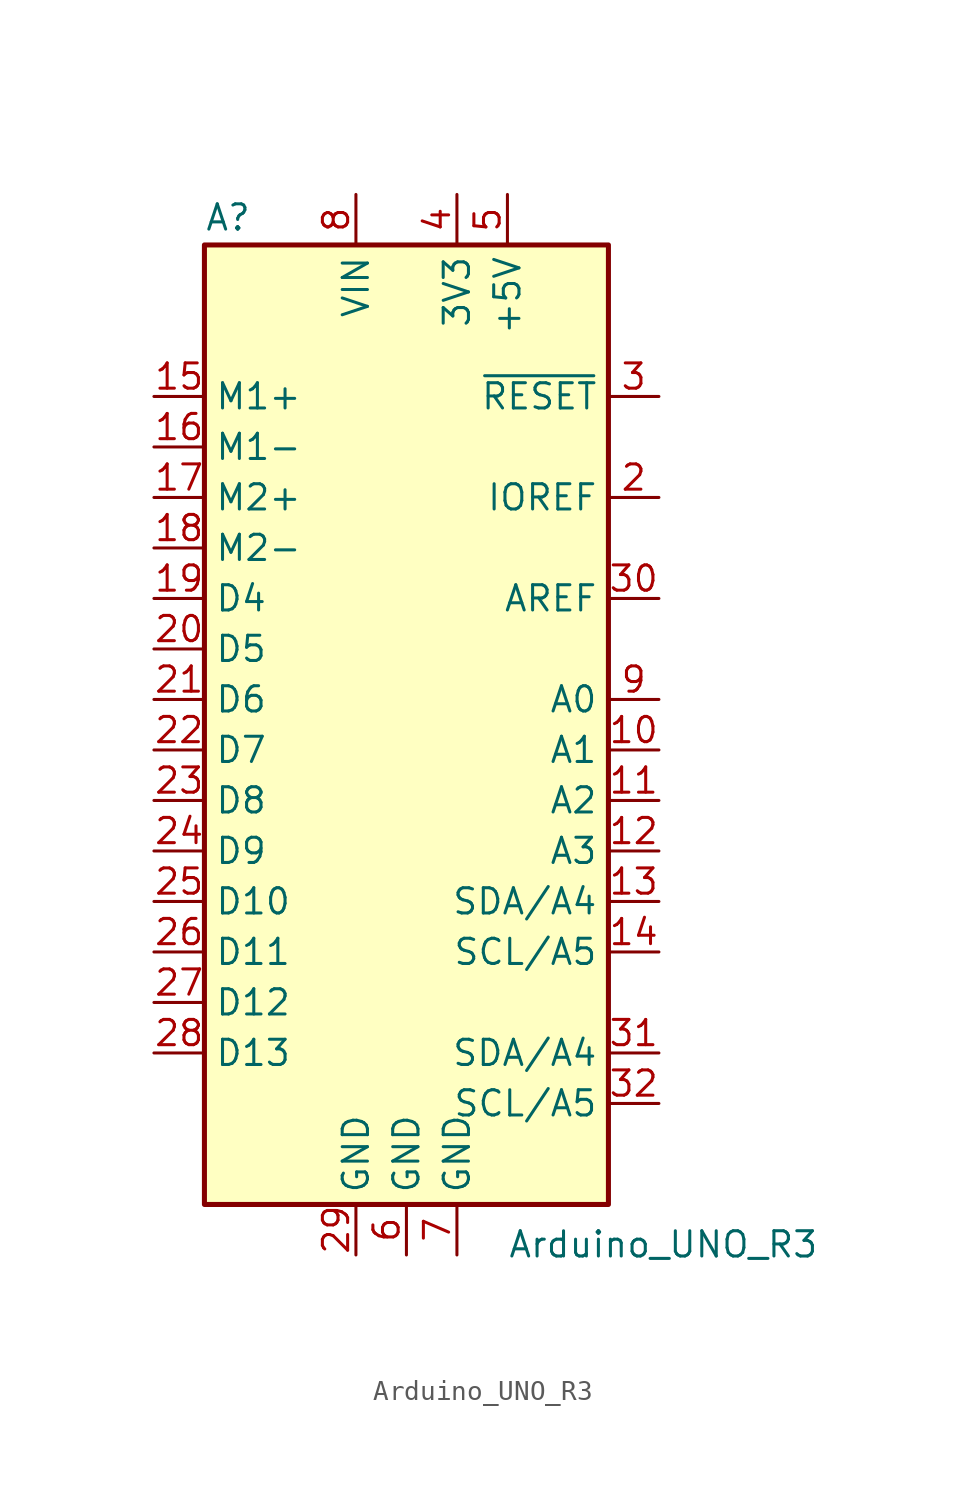
<source format=kicad_sym>
(kicad_symbol_lib
  (version 20211014)
  (generator kicad_symbol_editor)
  (symbol "Arduino_UNO_R3"
    (property "Reference" "A"
      (at -10.16 23.495 0)
      (effects (font (size 1.27 1.27)) (justify left bottom)))
    (property "Value" "Arduino_UNO_R3"
      (at 5.08 -26.67 0)
      (effects (font (size 1.27 1.27)) (justify left top)))
    (symbol "Arduino_UNO_R3_0_1"
      (rectangle (start -10.16 22.86) (end 10.16 -25.4) (stroke (width 0.254) (type default) (color 0 0 0 0)) (fill (type background))))
    (symbol "Arduino_UNO_R3_1_1"
      (pin no_connect line (at -10.16 -20.32 0) (length 2.54) hide (name "NC" (effects (font (size 1.27 1.27)))) (number "1" (effects (font (size 1.27 1.27)))))
      (pin bidirectional line (at 12.7 -2.54 180) (length 2.54) (name "A1" (effects (font (size 1.27 1.27)))) (number "10" (effects (font (size 1.27 1.27)))))
      (pin bidirectional line (at 12.7 -5.08 180) (length 2.54) (name "A2" (effects (font (size 1.27 1.27)))) (number "11" (effects (font (size 1.27 1.27)))))
      (pin bidirectional line (at 12.7 -7.62 180) (length 2.54) (name "A3" (effects (font (size 1.27 1.27)))) (number "12" (effects (font (size 1.27 1.27)))))
      (pin bidirectional line (at 12.7 -10.16 180) (length 2.54) (name "SDA/A4" (effects (font (size 1.27 1.27)))) (number "13" (effects (font (size 1.27 1.27)))))
      (pin bidirectional line (at 12.7 -12.7 180) (length 2.54) (name "SCL/A5" (effects (font (size 1.27 1.27)))) (number "14" (effects (font (size 1.27 1.27)))))
      (pin bidirectional line (at -12.7 15.24 0) (length 2.54) (name "M1+" (effects (font (size 1.27 1.27)))) (number "15" (effects (font (size 1.27 1.27)))))
      (pin bidirectional line (at -12.7 12.7 0) (length 2.54) (name "M1-" (effects (font (size 1.27 1.27)))) (number "16" (effects (font (size 1.27 1.27)))))
      (pin bidirectional line (at -12.7 10.16 0) (length 2.54) (name "M2+" (effects (font (size 1.27 1.27)))) (number "17" (effects (font (size 1.27 1.27)))))
      (pin bidirectional line (at -12.7 7.62 0) (length 2.54) (name "M2-" (effects (font (size 1.27 1.27)))) (number "18" (effects (font (size 1.27 1.27)))))
      (pin bidirectional line (at -12.7 5.08 0) (length 2.54) (name "D4" (effects (font (size 1.27 1.27)))) (number "19" (effects (font (size 1.27 1.27)))))
      (pin output line (at 12.7 10.16 180) (length 2.54) (name "IOREF" (effects (font (size 1.27 1.27)))) (number "2" (effects (font (size 1.27 1.27)))))
      (pin bidirectional line (at -12.7 2.54 0) (length 2.54) (name "D5" (effects (font (size 1.27 1.27)))) (number "20" (effects (font (size 1.27 1.27)))))
      (pin bidirectional line (at -12.7 0 0) (length 2.54) (name "D6" (effects (font (size 1.27 1.27)))) (number "21" (effects (font (size 1.27 1.27)))))
      (pin bidirectional line (at -12.7 -2.54 0) (length 2.54) (name "D7" (effects (font (size 1.27 1.27)))) (number "22" (effects (font (size 1.27 1.27)))))
      (pin bidirectional line (at -12.7 -5.08 0) (length 2.54) (name "D8" (effects (font (size 1.27 1.27)))) (number "23" (effects (font (size 1.27 1.27)))))
      (pin bidirectional line (at -12.7 -7.62 0) (length 2.54) (name "D9" (effects (font (size 1.27 1.27)))) (number "24" (effects (font (size 1.27 1.27)))))
      (pin bidirectional line (at -12.7 -10.16 0) (length 2.54) (name "D10" (effects (font (size 1.27 1.27)))) (number "25" (effects (font (size 1.27 1.27)))))
      (pin bidirectional line (at -12.7 -12.7 0) (length 2.54) (name "D11" (effects (font (size 1.27 1.27)))) (number "26" (effects (font (size 1.27 1.27)))))
      (pin bidirectional line (at -12.7 -15.24 0) (length 2.54) (name "D12" (effects (font (size 1.27 1.27)))) (number "27" (effects (font (size 1.27 1.27)))))
      (pin bidirectional line (at -12.7 -17.78 0) (length 2.54) (name "D13" (effects (font (size 1.27 1.27)))) (number "28" (effects (font (size 1.27 1.27)))))
      (pin power_in line (at -2.54 -27.94 90) (length 2.54) (name "GND" (effects (font (size 1.27 1.27)))) (number "29" (effects (font (size 1.27 1.27)))))
      (pin input line (at 12.7 15.24 180) (length 2.54) (name "~{RESET}" (effects (font (size 1.27 1.27)))) (number "3" (effects (font (size 1.27 1.27)))))
      (pin input line (at 12.7 5.08 180) (length 2.54) (name "AREF" (effects (font (size 1.27 1.27)))) (number "30" (effects (font (size 1.27 1.27)))))
      (pin bidirectional line (at 12.7 -17.78 180) (length 2.54) (name "SDA/A4" (effects (font (size 1.27 1.27)))) (number "31" (effects (font (size 1.27 1.27)))))
      (pin bidirectional line (at 12.7 -20.32 180) (length 2.54) (name "SCL/A5" (effects (font (size 1.27 1.27)))) (number "32" (effects (font (size 1.27 1.27)))))
      (pin power_out line (at 2.54 25.4 270) (length 2.54) (name "3V3" (effects (font (size 1.27 1.27)))) (number "4" (effects (font (size 1.27 1.27)))))
      (pin power_out line (at 5.08 25.4 270) (length 2.54) (name "+5V" (effects (font (size 1.27 1.27)))) (number "5" (effects (font (size 1.27 1.27)))))
      (pin power_in line (at 0 -27.94 90) (length 2.54) (name "GND" (effects (font (size 1.27 1.27)))) (number "6" (effects (font (size 1.27 1.27)))))
      (pin power_in line (at 2.54 -27.94 90) (length 2.54) (name "GND" (effects (font (size 1.27 1.27)))) (number "7" (effects (font (size 1.27 1.27)))))
      (pin power_in line (at -2.54 25.4 270) (length 2.54) (name "VIN" (effects (font (size 1.27 1.27)))) (number "8" (effects (font (size 1.27 1.27)))))
      (pin bidirectional line (at 12.7 0 180) (length 2.54) (name "A0" (effects (font (size 1.27 1.27)))) (number "9" (effects (font (size 1.27 1.27))))))))
</source>
